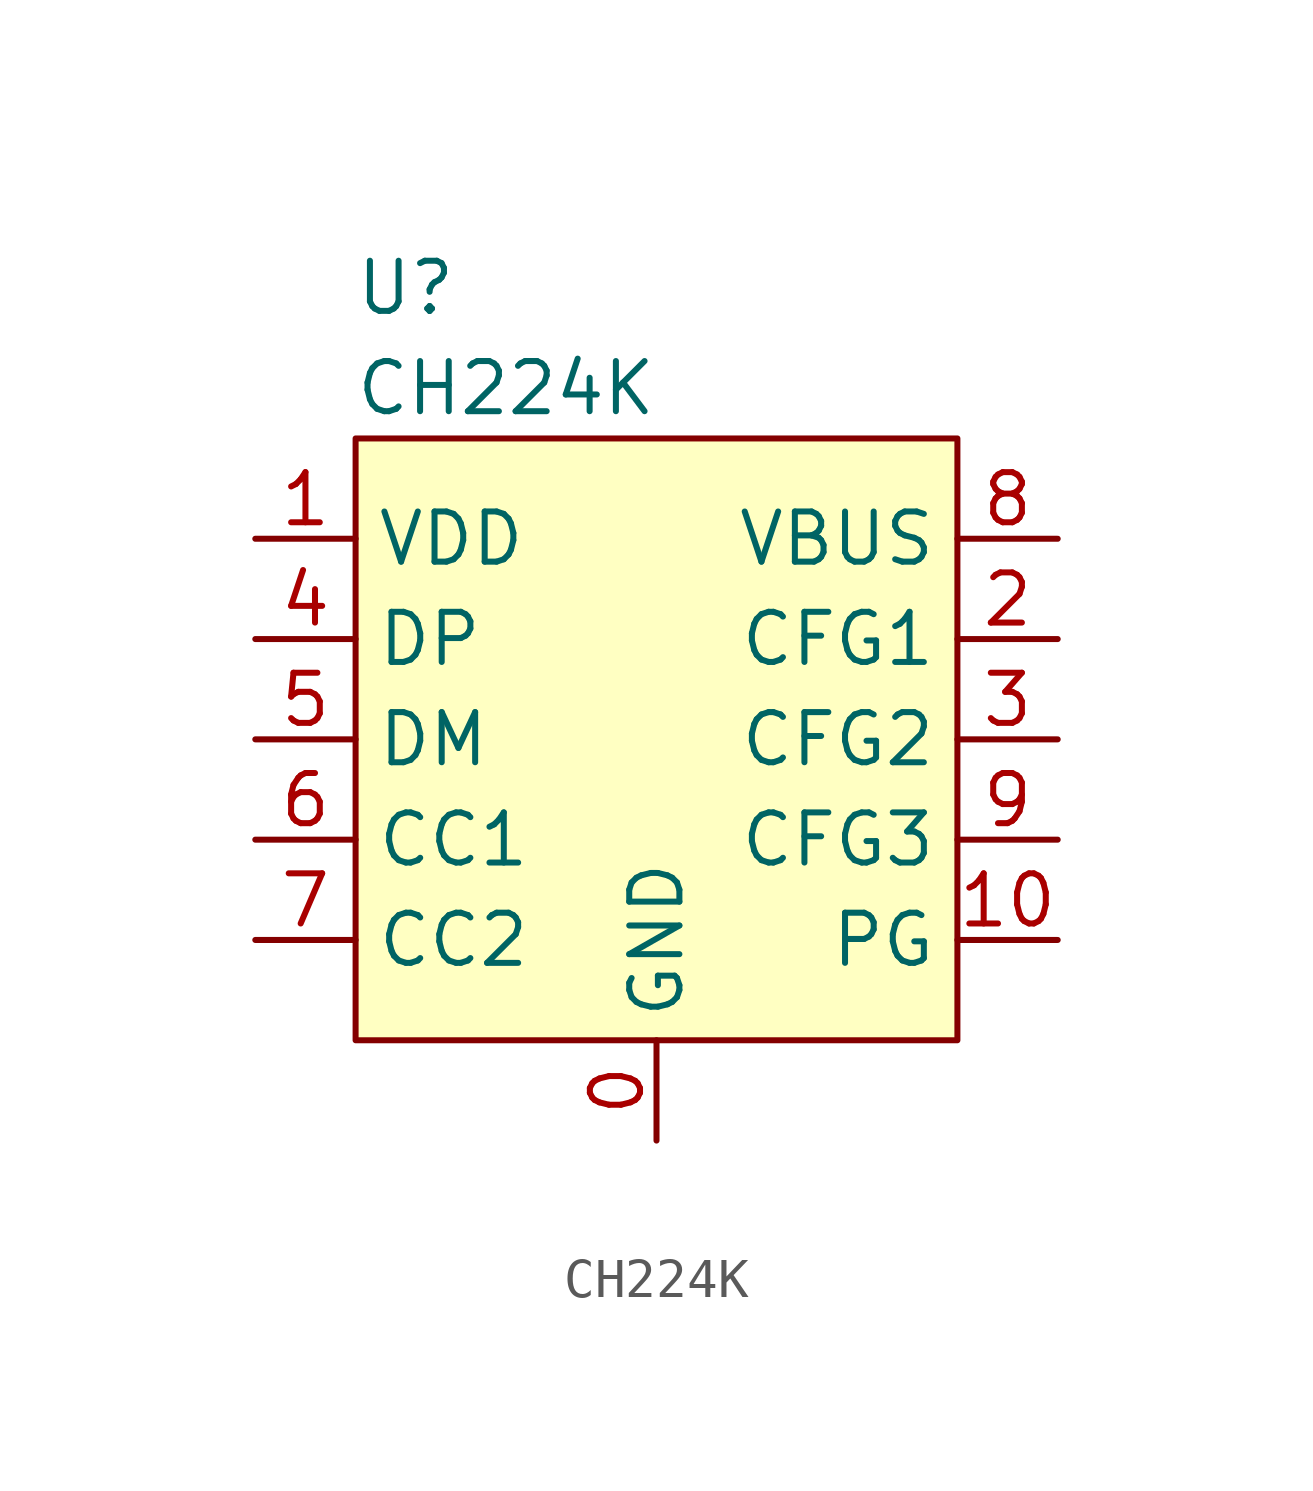
<source format=kicad_sym>
(kicad_symbol_lib
  (version 20220914)
  (generator kicad_symbol_editor)
  (symbol "CH224K"
    (property "Reference" "U"
      (at -6.35 11.43 0)
      (effects (font (size 1.27 1.27))))
    (property "Value" "CH224K"
      (at -3.81 8.89 0)
      (effects (font (size 1.27 1.27))))
    (symbol "CH224K_0_0"
      (pin power_in line (at 0 -10.16 90) (length 2.54) (name "GND" (effects (font (size 1.27 1.27)))) (number "0" (effects (font (size 1.27 1.27)))))
      (pin power_in line (at -10.16 5.08 0) (length 2.54) (name "VDD" (effects (font (size 1.27 1.27)))) (number "1" (effects (font (size 1.27 1.27)))))
      (pin open_collector line (at 10.16 -5.08 180) (length 2.54) (name "PG" (effects (font (size 1.27 1.27)))) (number "10" (effects (font (size 1.27 1.27)))))
      (pin input line (at 10.16 2.54 180) (length 2.54) (name "CFG1" (effects (font (size 1.27 1.27)))) (number "2" (effects (font (size 1.27 1.27)))))
      (pin input line (at 10.16 0 180) (length 2.54) (name "CFG2" (effects (font (size 1.27 1.27)))) (number "3" (effects (font (size 1.27 1.27)))))
      (pin bidirectional line (at -10.16 2.54 0) (length 2.54) (name "DP" (effects (font (size 1.27 1.27)))) (number "4" (effects (font (size 1.27 1.27)))))
      (pin bidirectional line (at -10.16 0 0) (length 2.54) (name "DM" (effects (font (size 1.27 1.27)))) (number "5" (effects (font (size 1.27 1.27)))))
      (pin bidirectional line (at -10.16 -2.54 0) (length 2.54) (name "CC1" (effects (font (size 1.27 1.27)))) (number "6" (effects (font (size 1.27 1.27)))))
      (pin bidirectional line (at -10.16 -5.08 0) (length 2.54) (name "CC2" (effects (font (size 1.27 1.27)))) (number "7" (effects (font (size 1.27 1.27)))))
      (pin input line (at 10.16 5.08 180) (length 2.54) (name "VBUS" (effects (font (size 1.27 1.27)))) (number "8" (effects (font (size 1.27 1.27)))))
      (pin input line (at 10.16 -2.54 180) (length 2.54) (name "CFG3" (effects (font (size 1.27 1.27)))) (number "9" (effects (font (size 1.27 1.27))))))
    (symbol "CH224K_0_1"
      (rectangle (start -7.62 7.62) (end 7.62 -7.62) (stroke (width 0) (type default)) (fill (type background))))))
</source>
